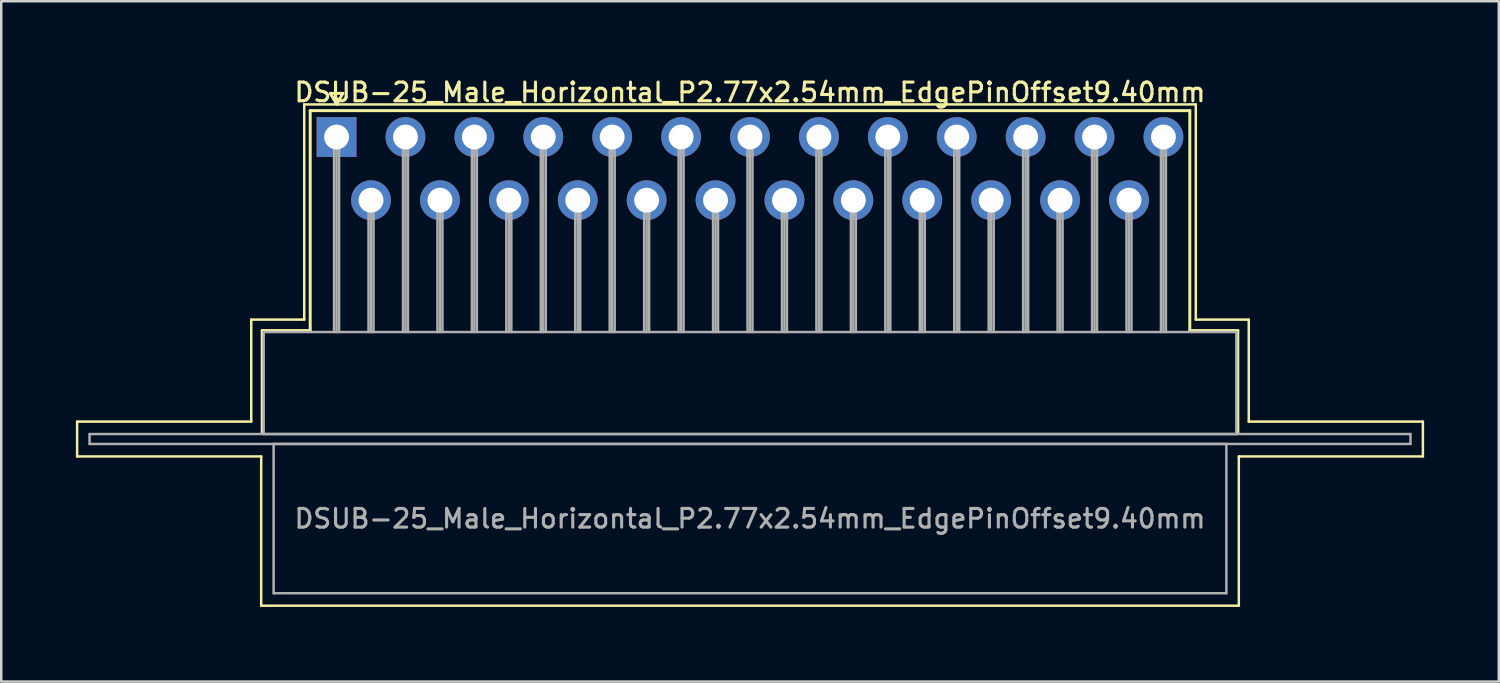
<source format=kicad_pcb>
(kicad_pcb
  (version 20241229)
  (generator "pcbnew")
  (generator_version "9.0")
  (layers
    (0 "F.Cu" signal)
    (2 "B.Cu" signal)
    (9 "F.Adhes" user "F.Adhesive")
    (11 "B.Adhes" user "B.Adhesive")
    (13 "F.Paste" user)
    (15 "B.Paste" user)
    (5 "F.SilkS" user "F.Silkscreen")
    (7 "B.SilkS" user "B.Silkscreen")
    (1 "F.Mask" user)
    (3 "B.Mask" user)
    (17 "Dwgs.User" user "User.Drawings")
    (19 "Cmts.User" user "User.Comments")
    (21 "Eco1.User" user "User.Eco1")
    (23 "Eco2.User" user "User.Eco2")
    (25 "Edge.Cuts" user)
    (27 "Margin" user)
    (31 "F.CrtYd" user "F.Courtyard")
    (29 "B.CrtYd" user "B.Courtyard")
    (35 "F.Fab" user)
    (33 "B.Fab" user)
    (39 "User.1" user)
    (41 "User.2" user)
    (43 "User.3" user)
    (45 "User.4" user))
  (footprint "DSUB-25_Male_Horizontal_P2.77x2.54mm_EdgePinOffset9.40mm"
    (layer "F.Cu")
    (at 10.48 2.458)
    (property "Reference" "DSUB-25_Male_Horizontal_P2.77x2.54mm_EdgePinOffset9.40mm" (at 16.62 -1.8 0) (layer "F.SilkS") (effects (font (size 0.75 0.75) (thickness 0.125))))
    (attr through_hole)
    (fp_line (start -10.43 11.44) (end -3.43 11.44) (stroke (width 0.1) (type solid)) (layer "F.SilkS"))
    (fp_line (start -10.43 12.84) (end -10.43 11.44) (stroke (width 0.1) (type solid)) (layer "F.SilkS"))
    (fp_line (start -3.43 7.34) (end -1.3 7.34) (stroke (width 0.1) (type solid)) (layer "F.SilkS"))
    (fp_line (start -3.43 11.44) (end -3.43 7.34) (stroke (width 0.1) (type solid)) (layer "F.SilkS"))
    (fp_line (start -3.03 12.84) (end -10.43 12.84) (stroke (width 0.1) (type solid)) (layer "F.SilkS"))
    (fp_line (start -3.03 18.84) (end -3.03 12.84) (stroke (width 0.1) (type solid)) (layer "F.SilkS"))
    (fp_line (start -2.99 7.78) (end -1.06 7.78) (stroke (width 0.12) (type solid)) (layer "F.SilkS"))
    (fp_line (start -2.99 11.88) (end -2.99 7.78) (stroke (width 0.12) (type solid)) (layer "F.SilkS"))
    (fp_line (start -1.3 -1.31) (end 34.54 -1.31) (stroke (width 0.1) (type solid)) (layer "F.SilkS"))
    (fp_line (start -1.3 7.34) (end -1.3 -1.31) (stroke (width 0.1) (type solid)) (layer "F.SilkS"))
    (fp_line (start -1.06 -1.06) (end 34.3 -1.06) (stroke (width 0.12) (type solid)) (layer "F.SilkS"))
    (fp_line (start -1.06 7.78) (end -1.06 -1.06) (stroke (width 0.12) (type solid)) (layer "F.SilkS"))
    (fp_line (start -0.25 -1.754) (end 0.25 -1.754) (stroke (width 0.12) (type solid)) (layer "F.SilkS"))
    (fp_line (start 0 -1.321) (end -0.25 -1.754) (stroke (width 0.12) (type solid)) (layer "F.SilkS"))
    (fp_line (start 0.25 -1.754) (end 0 -1.321) (stroke (width 0.12) (type solid)) (layer "F.SilkS"))
    (fp_line (start 34.3 -1.06) (end 34.3 7.78) (stroke (width 0.12) (type solid)) (layer "F.SilkS"))
    (fp_line (start 34.3 7.78) (end 36.23 7.78) (stroke (width 0.12) (type solid)) (layer "F.SilkS"))
    (fp_line (start 34.54 -1.31) (end 34.54 7.34) (stroke (width 0.1) (type solid)) (layer "F.SilkS"))
    (fp_line (start 34.54 7.34) (end 36.67 7.34) (stroke (width 0.1) (type solid)) (layer "F.SilkS"))
    (fp_line (start 36.23 7.78) (end 36.23 11.88) (stroke (width 0.12) (type solid)) (layer "F.SilkS"))
    (fp_line (start 36.27 12.84) (end 36.27 18.84) (stroke (width 0.1) (type solid)) (layer "F.SilkS"))
    (fp_line (start 36.27 18.84) (end -3.03 18.84) (stroke (width 0.1) (type solid)) (layer "F.SilkS"))
    (fp_line (start 36.67 7.34) (end 36.67 11.44) (stroke (width 0.1) (type solid)) (layer "F.SilkS"))
    (fp_line (start 36.67 11.44) (end 43.67 11.44) (stroke (width 0.1) (type solid)) (layer "F.SilkS"))
    (fp_line (start 43.67 11.44) (end 43.67 12.84) (stroke (width 0.1) (type solid)) (layer "F.SilkS"))
    (fp_line (start 43.67 12.84) (end 36.27 12.84) (stroke (width 0.1) (type solid)) (layer "F.SilkS"))
    (fp_line (start -9.93 11.94) (end -9.93 12.34) (stroke (width 0.1) (type solid)) (layer "F.Fab"))
    (fp_line (start -9.93 12.34) (end 43.17 12.34) (stroke (width 0.1) (type solid)) (layer "F.Fab"))
    (fp_line (start -2.93 7.84) (end -2.93 11.94) (stroke (width 0.1) (type solid)) (layer "F.Fab"))
    (fp_line (start -2.93 11.94) (end 36.17 11.94) (stroke (width 0.1) (type solid)) (layer "F.Fab"))
    (fp_line (start -2.53 12.34) (end -2.53 18.34) (stroke (width 0.1) (type solid)) (layer "F.Fab"))
    (fp_line (start -2.53 18.34) (end 35.77 18.34) (stroke (width 0.1) (type solid)) (layer "F.Fab"))
    (fp_line (start -0.1 0) (end -0.1 7.84) (stroke (width 0.1) (type solid)) (layer "F.Fab"))
    (fp_line (start 0 0) (end 0 7.84) (stroke (width 0.1) (type solid)) (layer "F.Fab"))
    (fp_line (start 0.1 0) (end 0.1 7.84) (stroke (width 0.1) (type solid)) (layer "F.Fab"))
    (fp_line (start 1.285 2.54) (end 1.285 7.84) (stroke (width 0.1) (type solid)) (layer "F.Fab"))
    (fp_line (start 1.385 2.54) (end 1.385 7.84) (stroke (width 0.1) (type solid)) (layer "F.Fab"))
    (fp_line (start 1.485 2.54) (end 1.485 7.84) (stroke (width 0.1) (type solid)) (layer "F.Fab"))
    (fp_line (start 2.67 0) (end 2.67 7.84) (stroke (width 0.1) (type solid)) (layer "F.Fab"))
    (fp_line (start 2.77 0) (end 2.77 7.84) (stroke (width 0.1) (type solid)) (layer "F.Fab"))
    (fp_line (start 2.87 0) (end 2.87 7.84) (stroke (width 0.1) (type solid)) (layer "F.Fab"))
    (fp_line (start 4.055 2.54) (end 4.055 7.84) (stroke (width 0.1) (type solid)) (layer "F.Fab"))
    (fp_line (start 4.155 2.54) (end 4.155 7.84) (stroke (width 0.1) (type solid)) (layer "F.Fab"))
    (fp_line (start 4.255 2.54) (end 4.255 7.84) (stroke (width 0.1) (type solid)) (layer "F.Fab"))
    (fp_line (start 5.44 0) (end 5.44 7.84) (stroke (width 0.1) (type solid)) (layer "F.Fab"))
    (fp_line (start 5.54 0) (end 5.54 7.84) (stroke (width 0.1) (type solid)) (layer "F.Fab"))
    (fp_line (start 5.64 0) (end 5.64 7.84) (stroke (width 0.1) (type solid)) (layer "F.Fab"))
    (fp_line (start 6.825 2.54) (end 6.825 7.84) (stroke (width 0.1) (type solid)) (layer "F.Fab"))
    (fp_line (start 6.925 2.54) (end 6.925 7.84) (stroke (width 0.1) (type solid)) (layer "F.Fab"))
    (fp_line (start 7.025 2.54) (end 7.025 7.84) (stroke (width 0.1) (type solid)) (layer "F.Fab"))
    (fp_line (start 8.21 0) (end 8.21 7.84) (stroke (width 0.1) (type solid)) (layer "F.Fab"))
    (fp_line (start 8.31 0) (end 8.31 7.84) (stroke (width 0.1) (type solid)) (layer "F.Fab"))
    (fp_line (start 8.41 0) (end 8.41 7.84) (stroke (width 0.1) (type solid)) (layer "F.Fab"))
    (fp_line (start 9.595 2.54) (end 9.595 7.84) (stroke (width 0.1) (type solid)) (layer "F.Fab"))
    (fp_line (start 9.695 2.54) (end 9.695 7.84) (stroke (width 0.1) (type solid)) (layer "F.Fab"))
    (fp_line (start 9.795 2.54) (end 9.795 7.84) (stroke (width 0.1) (type solid)) (layer "F.Fab"))
    (fp_line (start 10.98 0) (end 10.98 7.84) (stroke (width 0.1) (type solid)) (layer "F.Fab"))
    (fp_line (start 11.08 0) (end 11.08 7.84) (stroke (width 0.1) (type solid)) (layer "F.Fab"))
    (fp_line (start 11.18 0) (end 11.18 7.84) (stroke (width 0.1) (type solid)) (layer "F.Fab"))
    (fp_line (start 12.365 2.54) (end 12.365 7.84) (stroke (width 0.1) (type solid)) (layer "F.Fab"))
    (fp_line (start 12.465 2.54) (end 12.465 7.84) (stroke (width 0.1) (type solid)) (layer "F.Fab"))
    (fp_line (start 12.565 2.54) (end 12.565 7.84) (stroke (width 0.1) (type solid)) (layer "F.Fab"))
    (fp_line (start 13.75 0) (end 13.75 7.84) (stroke (width 0.1) (type solid)) (layer "F.Fab"))
    (fp_line (start 13.85 0) (end 13.85 7.84) (stroke (width 0.1) (type solid)) (layer "F.Fab"))
    (fp_line (start 13.95 0) (end 13.95 7.84) (stroke (width 0.1) (type solid)) (layer "F.Fab"))
    (fp_line (start 15.135 2.54) (end 15.135 7.84) (stroke (width 0.1) (type solid)) (layer "F.Fab"))
    (fp_line (start 15.235 2.54) (end 15.235 7.84) (stroke (width 0.1) (type solid)) (layer "F.Fab"))
    (fp_line (start 15.335 2.54) (end 15.335 7.84) (stroke (width 0.1) (type solid)) (layer "F.Fab"))
    (fp_line (start 16.52 0) (end 16.52 7.84) (stroke (width 0.1) (type solid)) (layer "F.Fab"))
    (fp_line (start 16.62 0) (end 16.62 7.84) (stroke (width 0.1) (type solid)) (layer "F.Fab"))
    (fp_line (start 16.72 0) (end 16.72 7.84) (stroke (width 0.1) (type solid)) (layer "F.Fab"))
    (fp_line (start 17.905 2.54) (end 17.905 7.84) (stroke (width 0.1) (type solid)) (layer "F.Fab"))
    (fp_line (start 18.005 2.54) (end 18.005 7.84) (stroke (width 0.1) (type solid)) (layer "F.Fab"))
    (fp_line (start 18.105 2.54) (end 18.105 7.84) (stroke (width 0.1) (type solid)) (layer "F.Fab"))
    (fp_line (start 19.29 0) (end 19.29 7.84) (stroke (width 0.1) (type solid)) (layer "F.Fab"))
    (fp_line (start 19.39 0) (end 19.39 7.84) (stroke (width 0.1) (type solid)) (layer "F.Fab"))
    (fp_line (start 19.49 0) (end 19.49 7.84) (stroke (width 0.1) (type solid)) (layer "F.Fab"))
    (fp_line (start 20.675 2.54) (end 20.675 7.84) (stroke (width 0.1) (type solid)) (layer "F.Fab"))
    (fp_line (start 20.775 2.54) (end 20.775 7.84) (stroke (width 0.1) (type solid)) (layer "F.Fab"))
    (fp_line (start 20.875 2.54) (end 20.875 7.84) (stroke (width 0.1) (type solid)) (layer "F.Fab"))
    (fp_line (start 22.06 0) (end 22.06 7.84) (stroke (width 0.1) (type solid)) (layer "F.Fab"))
    (fp_line (start 22.16 0) (end 22.16 7.84) (stroke (width 0.1) (type solid)) (layer "F.Fab"))
    (fp_line (start 22.26 0) (end 22.26 7.84) (stroke (width 0.1) (type solid)) (layer "F.Fab"))
    (fp_line (start 23.445 2.54) (end 23.445 7.84) (stroke (width 0.1) (type solid)) (layer "F.Fab"))
    (fp_line (start 23.545 2.54) (end 23.545 7.84) (stroke (width 0.1) (type solid)) (layer "F.Fab"))
    (fp_line (start 23.645 2.54) (end 23.645 7.84) (stroke (width 0.1) (type solid)) (layer "F.Fab"))
    (fp_line (start 24.83 0) (end 24.83 7.84) (stroke (width 0.1) (type solid)) (layer "F.Fab"))
    (fp_line (start 24.93 0) (end 24.93 7.84) (stroke (width 0.1) (type solid)) (layer "F.Fab"))
    (fp_line (start 25.03 0) (end 25.03 7.84) (stroke (width 0.1) (type solid)) (layer "F.Fab"))
    (fp_line (start 26.215 2.54) (end 26.215 7.84) (stroke (width 0.1) (type solid)) (layer "F.Fab"))
    (fp_line (start 26.315 2.54) (end 26.315 7.84) (stroke (width 0.1) (type solid)) (layer "F.Fab"))
    (fp_line (start 26.415 2.54) (end 26.415 7.84) (stroke (width 0.1) (type solid)) (layer "F.Fab"))
    (fp_line (start 27.6 0) (end 27.6 7.84) (stroke (width 0.1) (type solid)) (layer "F.Fab"))
    (fp_line (start 27.7 0) (end 27.7 7.84) (stroke (width 0.1) (type solid)) (layer "F.Fab"))
    (fp_line (start 27.8 0) (end 27.8 7.84) (stroke (width 0.1) (type solid)) (layer "F.Fab"))
    (fp_line (start 28.985 2.54) (end 28.985 7.84) (stroke (width 0.1) (type solid)) (layer "F.Fab"))
    (fp_line (start 29.085 2.54) (end 29.085 7.84) (stroke (width 0.1) (type solid)) (layer "F.Fab"))
    (fp_line (start 29.185 2.54) (end 29.185 7.84) (stroke (width 0.1) (type solid)) (layer "F.Fab"))
    (fp_line (start 30.37 0) (end 30.37 7.84) (stroke (width 0.1) (type solid)) (layer "F.Fab"))
    (fp_line (start 30.47 0) (end 30.47 7.84) (stroke (width 0.1) (type solid)) (layer "F.Fab"))
    (fp_line (start 30.57 0) (end 30.57 7.84) (stroke (width 0.1) (type solid)) (layer "F.Fab"))
    (fp_line (start 31.755 2.54) (end 31.755 7.84) (stroke (width 0.1) (type solid)) (layer "F.Fab"))
    (fp_line (start 31.855 2.54) (end 31.855 7.84) (stroke (width 0.1) (type solid)) (layer "F.Fab"))
    (fp_line (start 31.955 2.54) (end 31.955 7.84) (stroke (width 0.1) (type solid)) (layer "F.Fab"))
    (fp_line (start 33.14 0) (end 33.14 7.84) (stroke (width 0.1) (type solid)) (layer "F.Fab"))
    (fp_line (start 33.24 0) (end 33.24 7.84) (stroke (width 0.1) (type solid)) (layer "F.Fab"))
    (fp_line (start 33.34 0) (end 33.34 7.84) (stroke (width 0.1) (type solid)) (layer "F.Fab"))
    (fp_line (start 35.77 12.34) (end -2.53 12.34) (stroke (width 0.1) (type solid)) (layer "F.Fab"))
    (fp_line (start 35.77 18.34) (end 35.77 12.34) (stroke (width 0.1) (type solid)) (layer "F.Fab"))
    (fp_line (start 36.17 7.84) (end -2.93 7.84) (stroke (width 0.1) (type solid)) (layer "F.Fab"))
    (fp_line (start 36.17 11.94) (end 36.17 7.84) (stroke (width 0.1) (type solid)) (layer "F.Fab"))
    (fp_line (start 43.17 11.94) (end -9.93 11.94) (stroke (width 0.1) (type solid)) (layer "F.Fab"))
    (fp_line (start 43.17 12.34) (end 43.17 11.94) (stroke (width 0.1) (type solid)) (layer "F.Fab"))
    (fp_text user "${REFERENCE}" (at 16.62 15.34 0) (layer "F.Fab") (effects (font (size 0.75 0.75) (thickness 0.125))))
    (pad "1" thru_hole rect (at 0 0) (size 1.6 1.6) (drill 1) (layers "*.Cu" "*.Mask"))
    (pad "2" thru_hole circle (at 2.77 0) (size 1.6 1.6) (drill 1) (layers "*.Cu" "*.Mask"))
    (pad "3" thru_hole circle (at 5.54 0) (size 1.6 1.6) (drill 1) (layers "*.Cu" "*.Mask"))
    (pad "4" thru_hole circle (at 8.31 0) (size 1.6 1.6) (drill 1) (layers "*.Cu" "*.Mask"))
    (pad "5" thru_hole circle (at 11.08 0) (size 1.6 1.6) (drill 1) (layers "*.Cu" "*.Mask"))
    (pad "6" thru_hole circle (at 13.85 0) (size 1.6 1.6) (drill 1) (layers "*.Cu" "*.Mask"))
    (pad "7" thru_hole circle (at 16.62 0) (size 1.6 1.6) (drill 1) (layers "*.Cu" "*.Mask"))
    (pad "8" thru_hole circle (at 19.39 0) (size 1.6 1.6) (drill 1) (layers "*.Cu" "*.Mask"))
    (pad "9" thru_hole circle (at 22.16 0) (size 1.6 1.6) (drill 1) (layers "*.Cu" "*.Mask"))
    (pad "10" thru_hole circle (at 24.93 0) (size 1.6 1.6) (drill 1) (layers "*.Cu" "*.Mask"))
    (pad "11" thru_hole circle (at 27.7 0) (size 1.6 1.6) (drill 1) (layers "*.Cu" "*.Mask"))
    (pad "12" thru_hole circle (at 30.47 0) (size 1.6 1.6) (drill 1) (layers "*.Cu" "*.Mask"))
    (pad "13" thru_hole circle (at 33.24 0) (size 1.6 1.6) (drill 1) (layers "*.Cu" "*.Mask"))
    (pad "14" thru_hole circle (at 1.385 2.54) (size 1.6 1.6) (drill 1) (layers "*.Cu" "*.Mask"))
    (pad "15" thru_hole circle (at 4.155 2.54) (size 1.6 1.6) (drill 1) (layers "*.Cu" "*.Mask"))
    (pad "16" thru_hole circle (at 6.925 2.54) (size 1.6 1.6) (drill 1) (layers "*.Cu" "*.Mask"))
    (pad "17" thru_hole circle (at 9.695 2.54) (size 1.6 1.6) (drill 1) (layers "*.Cu" "*.Mask"))
    (pad "18" thru_hole circle (at 12.465 2.54) (size 1.6 1.6) (drill 1) (layers "*.Cu" "*.Mask"))
    (pad "19" thru_hole circle (at 15.235 2.54) (size 1.6 1.6) (drill 1) (layers "*.Cu" "*.Mask"))
    (pad "20" thru_hole circle (at 18.005 2.54) (size 1.6 1.6) (drill 1) (layers "*.Cu" "*.Mask"))
    (pad "21" thru_hole circle (at 20.775 2.54) (size 1.6 1.6) (drill 1) (layers "*.Cu" "*.Mask"))
    (pad "22" thru_hole circle (at 23.545 2.54) (size 1.6 1.6) (drill 1) (layers "*.Cu" "*.Mask"))
    (pad "23" thru_hole circle (at 26.315 2.54) (size 1.6 1.6) (drill 1) (layers "*.Cu" "*.Mask"))
    (pad "24" thru_hole circle (at 29.085 2.54) (size 1.6 1.6) (drill 1) (layers "*.Cu" "*.Mask"))
    (pad "25" thru_hole circle (at 31.855 2.54) (size 1.6 1.6) (drill 1) (layers "*.Cu" "*.Mask")))
  (gr_rect
    (start -3 -3)
    (end 57.2 24.348)
    (stroke (width 0.1) (type default))
    (fill no)
    (layer "Edge.Cuts")))
</source>
